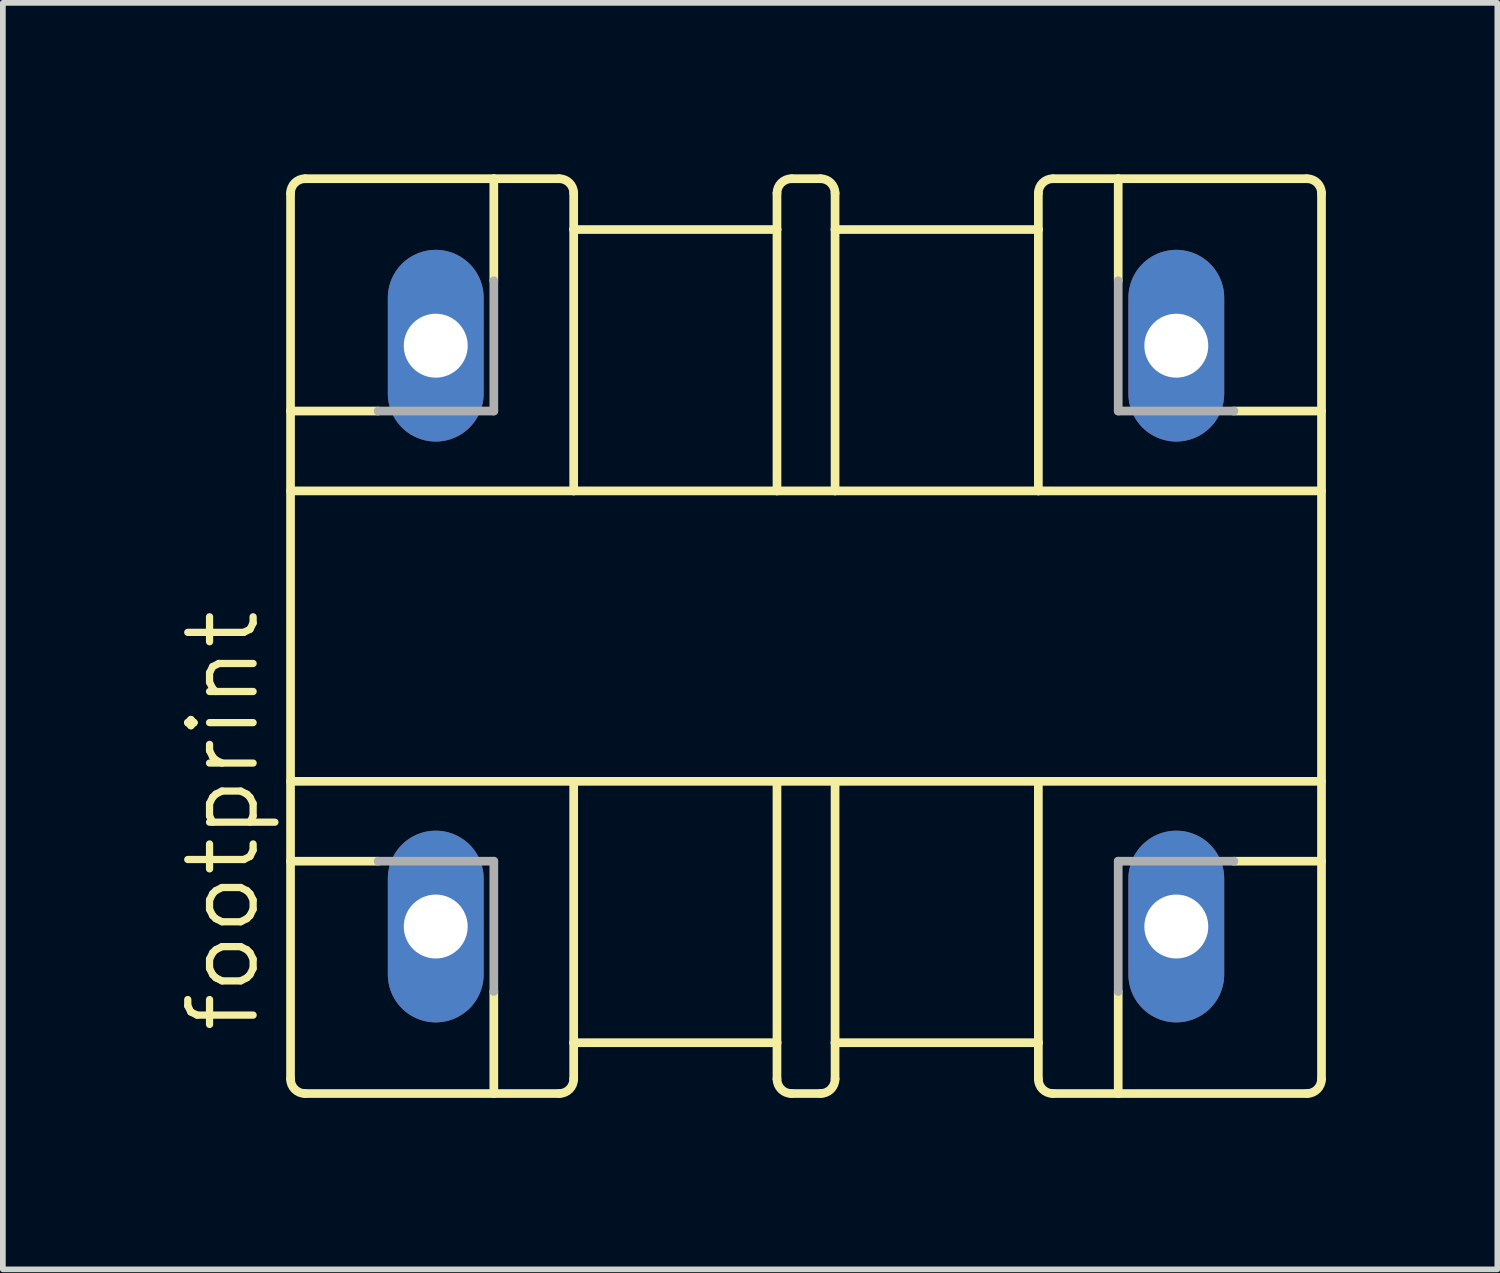
<source format=kicad_pcb>
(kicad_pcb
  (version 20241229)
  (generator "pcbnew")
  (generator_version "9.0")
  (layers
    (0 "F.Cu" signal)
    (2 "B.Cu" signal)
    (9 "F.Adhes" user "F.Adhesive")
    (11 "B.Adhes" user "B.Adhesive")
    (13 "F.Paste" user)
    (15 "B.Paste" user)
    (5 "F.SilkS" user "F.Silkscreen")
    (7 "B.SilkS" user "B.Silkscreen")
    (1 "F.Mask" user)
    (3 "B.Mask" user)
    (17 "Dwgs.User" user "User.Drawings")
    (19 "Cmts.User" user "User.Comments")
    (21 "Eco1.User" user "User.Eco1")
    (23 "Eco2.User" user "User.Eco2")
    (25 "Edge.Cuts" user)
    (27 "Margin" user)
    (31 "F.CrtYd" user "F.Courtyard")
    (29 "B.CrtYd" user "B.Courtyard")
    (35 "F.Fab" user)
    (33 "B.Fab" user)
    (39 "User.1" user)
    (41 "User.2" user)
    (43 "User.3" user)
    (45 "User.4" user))
  (footprint "footprint"
    (layer "F.Cu")
    (at 11.049 8.077)
    (property "Reference" "footprint" (at -9.525 6.985 90) (layer "F.SilkS") (effects (font (size 1.143 1.143) (thickness 0.127)) (justify left bottom)))
    (fp_line (start -9.017 -3.937) (end -9.017 -7.747) (stroke (width 0.152) (type solid)) (layer "F.SilkS"))
    (fp_line (start -9.017 -3.937) (end -7.485 -3.937) (stroke (width 0.152) (type solid)) (layer "F.SilkS"))
    (fp_line (start -9.017 -2.54) (end -4.064 -2.54) (stroke (width 0.152) (type solid)) (layer "F.SilkS"))
    (fp_line (start -9.017 2.54) (end -4.064 2.54) (stroke (width 0.152) (type solid)) (layer "F.SilkS"))
    (fp_line (start -9.017 3.937) (end -9.017 -3.937) (stroke (width 0.152) (type solid)) (layer "F.SilkS"))
    (fp_line (start -9.017 3.937) (end -7.485 3.937) (stroke (width 0.152) (type solid)) (layer "F.SilkS"))
    (fp_line (start -9.017 7.747) (end -9.017 3.937) (stroke (width 0.152) (type solid)) (layer "F.SilkS"))
    (fp_line (start -8.763 -8.001) (end -5.461 -8.001) (stroke (width 0.152) (type solid)) (layer "F.SilkS"))
    (fp_line (start -8.763 8.001) (end -5.461 8.001) (stroke (width 0.152) (type solid)) (layer "F.SilkS"))
    (fp_line (start -5.461 -8.001) (end -4.318 -8.001) (stroke (width 0.152) (type solid)) (layer "F.SilkS"))
    (fp_line (start -5.461 -6.216) (end -5.461 -8.001) (stroke (width 0.152) (type solid)) (layer "F.SilkS"))
    (fp_line (start -5.461 6.216) (end -5.461 8.001) (stroke (width 0.152) (type solid)) (layer "F.SilkS"))
    (fp_line (start -5.461 8.001) (end -4.318 8.001) (stroke (width 0.152) (type solid)) (layer "F.SilkS"))
    (fp_line (start -4.064 -7.112) (end -4.064 -7.747) (stroke (width 0.152) (type solid)) (layer "F.SilkS"))
    (fp_line (start -4.064 -7.112) (end -0.508 -7.112) (stroke (width 0.152) (type solid)) (layer "F.SilkS"))
    (fp_line (start -4.064 -2.54) (end -4.064 -7.112) (stroke (width 0.152) (type solid)) (layer "F.SilkS"))
    (fp_line (start -4.064 -2.54) (end -0.508 -2.54) (stroke (width 0.152) (type solid)) (layer "F.SilkS"))
    (fp_line (start -4.064 2.54) (end -4.064 7.112) (stroke (width 0.152) (type solid)) (layer "F.SilkS"))
    (fp_line (start -4.064 2.54) (end -0.508 2.54) (stroke (width 0.152) (type solid)) (layer "F.SilkS"))
    (fp_line (start -4.064 7.112) (end -4.064 7.747) (stroke (width 0.152) (type solid)) (layer "F.SilkS"))
    (fp_line (start -4.064 7.112) (end -0.508 7.112) (stroke (width 0.152) (type solid)) (layer "F.SilkS"))
    (fp_line (start -0.508 -7.112) (end -0.508 -7.747) (stroke (width 0.152) (type solid)) (layer "F.SilkS"))
    (fp_line (start -0.508 -2.54) (end -0.508 -7.112) (stroke (width 0.152) (type solid)) (layer "F.SilkS"))
    (fp_line (start -0.508 -2.54) (end 0.508 -2.54) (stroke (width 0.152) (type solid)) (layer "F.SilkS"))
    (fp_line (start -0.508 2.54) (end -0.508 7.112) (stroke (width 0.152) (type solid)) (layer "F.SilkS"))
    (fp_line (start -0.508 2.54) (end 0.508 2.54) (stroke (width 0.152) (type solid)) (layer "F.SilkS"))
    (fp_line (start -0.508 7.112) (end -0.508 7.747) (stroke (width 0.152) (type solid)) (layer "F.SilkS"))
    (fp_line (start -0.254 -8.001) (end 0.254 -8.001) (stroke (width 0.152) (type solid)) (layer "F.SilkS"))
    (fp_line (start -0.254 8.001) (end 0.254 8.001) (stroke (width 0.152) (type solid)) (layer "F.SilkS"))
    (fp_line (start 0.508 -7.112) (end 0.508 -7.747) (stroke (width 0.152) (type solid)) (layer "F.SilkS"))
    (fp_line (start 0.508 -2.54) (end 0.508 -7.112) (stroke (width 0.152) (type solid)) (layer "F.SilkS"))
    (fp_line (start 0.508 -2.54) (end 4.064 -2.54) (stroke (width 0.152) (type solid)) (layer "F.SilkS"))
    (fp_line (start 0.508 2.54) (end 0.508 7.112) (stroke (width 0.152) (type solid)) (layer "F.SilkS"))
    (fp_line (start 0.508 2.54) (end 4.064 2.54) (stroke (width 0.152) (type solid)) (layer "F.SilkS"))
    (fp_line (start 0.508 7.112) (end 0.508 7.747) (stroke (width 0.152) (type solid)) (layer "F.SilkS"))
    (fp_line (start 4.064 -7.112) (end 0.508 -7.112) (stroke (width 0.152) (type solid)) (layer "F.SilkS"))
    (fp_line (start 4.064 -7.112) (end 4.064 -7.747) (stroke (width 0.152) (type solid)) (layer "F.SilkS"))
    (fp_line (start 4.064 -2.54) (end 4.064 -7.112) (stroke (width 0.152) (type solid)) (layer "F.SilkS"))
    (fp_line (start 4.064 -2.54) (end 9.017 -2.54) (stroke (width 0.152) (type solid)) (layer "F.SilkS"))
    (fp_line (start 4.064 2.54) (end 4.064 7.112) (stroke (width 0.152) (type solid)) (layer "F.SilkS"))
    (fp_line (start 4.064 2.54) (end 9.017 2.54) (stroke (width 0.152) (type solid)) (layer "F.SilkS"))
    (fp_line (start 4.064 7.112) (end 0.508 7.112) (stroke (width 0.152) (type solid)) (layer "F.SilkS"))
    (fp_line (start 4.064 7.112) (end 4.064 7.747) (stroke (width 0.152) (type solid)) (layer "F.SilkS"))
    (fp_line (start 5.461 -8.001) (end 4.318 -8.001) (stroke (width 0.152) (type solid)) (layer "F.SilkS"))
    (fp_line (start 5.461 -6.216) (end 5.461 -8.001) (stroke (width 0.152) (type solid)) (layer "F.SilkS"))
    (fp_line (start 5.461 6.216) (end 5.461 8.001) (stroke (width 0.152) (type solid)) (layer "F.SilkS"))
    (fp_line (start 5.461 8.001) (end 4.318 8.001) (stroke (width 0.152) (type solid)) (layer "F.SilkS"))
    (fp_line (start 8.763 -8.001) (end 5.461 -8.001) (stroke (width 0.152) (type solid)) (layer "F.SilkS"))
    (fp_line (start 8.763 8.001) (end 5.461 8.001) (stroke (width 0.152) (type solid)) (layer "F.SilkS"))
    (fp_line (start 9.017 -3.937) (end 7.485 -3.937) (stroke (width 0.152) (type solid)) (layer "F.SilkS"))
    (fp_line (start 9.017 -3.937) (end 9.017 -7.747) (stroke (width 0.152) (type solid)) (layer "F.SilkS"))
    (fp_line (start 9.017 3.937) (end 7.485 3.937) (stroke (width 0.152) (type solid)) (layer "F.SilkS"))
    (fp_line (start 9.017 3.937) (end 9.017 -3.937) (stroke (width 0.152) (type solid)) (layer "F.SilkS"))
    (fp_line (start 9.017 7.747) (end 9.017 3.937) (stroke (width 0.152) (type solid)) (layer "F.SilkS"))
    (fp_arc (start -9.017 -7.747) (mid -8.942605 -7.926605) (end -8.763 -8.001) (stroke (width 0.1524) (type solid)) (layer "F.SilkS"))
    (fp_arc (start -8.763 8.001) (mid -8.942605 7.926605) (end -9.017 7.747) (stroke (width 0.1524) (type solid)) (layer "F.SilkS"))
    (fp_arc (start -4.318 -8.001) (mid -4.138395 -7.926605) (end -4.064 -7.747) (stroke (width 0.1524) (type solid)) (layer "F.SilkS"))
    (fp_arc (start -4.064 7.747) (mid -4.138395 7.926605) (end -4.318 8.001) (stroke (width 0.1524) (type solid)) (layer "F.SilkS"))
    (fp_arc (start -0.508 -7.747) (mid -0.433605 -7.926606) (end -0.253999 -8.001001) (stroke (width 0.1524) (type solid)) (layer "F.SilkS"))
    (fp_arc (start -0.253999 8.001001) (mid -0.433605 7.926606) (end -0.508 7.747) (stroke (width 0.1524) (type solid)) (layer "F.SilkS"))
    (fp_arc (start 0.254 -8.001) (mid 0.433605 -7.926604) (end 0.507999 -7.746999) (stroke (width 0.1524) (type solid)) (layer "F.SilkS"))
    (fp_arc (start 0.507999 7.746999) (mid 0.433605 7.926604) (end 0.254 8.001) (stroke (width 0.1524) (type solid)) (layer "F.SilkS"))
    (fp_arc (start 4.064 -7.747) (mid 4.138395 -7.926605) (end 4.318 -8.001) (stroke (width 0.1524) (type solid)) (layer "F.SilkS"))
    (fp_arc (start 4.318 8.001) (mid 4.138395 7.926605) (end 4.064 7.747) (stroke (width 0.1524) (type solid)) (layer "F.SilkS"))
    (fp_arc (start 8.763 -8.001) (mid 8.942605 -7.926605) (end 9.017 -7.747) (stroke (width 0.1524) (type solid)) (layer "F.SilkS"))
    (fp_arc (start 9.017 7.747) (mid 8.942605 7.926605) (end 8.763 8.001) (stroke (width 0.1524) (type solid)) (layer "F.SilkS"))
    (fp_line (start -7.485 -3.937) (end -5.461 -3.937) (stroke (width 0.152) (type solid)) (layer "F.Fab"))
    (fp_line (start -7.485 3.937) (end -5.461 3.937) (stroke (width 0.152) (type solid)) (layer "F.Fab"))
    (fp_line (start -5.461 -3.937) (end -5.461 -6.216) (stroke (width 0.152) (type solid)) (layer "F.Fab"))
    (fp_line (start -5.461 3.937) (end -5.461 6.216) (stroke (width 0.152) (type solid)) (layer "F.Fab"))
    (fp_line (start 5.461 -3.937) (end 5.461 -6.216) (stroke (width 0.152) (type solid)) (layer "F.Fab"))
    (fp_line (start 5.461 3.937) (end 5.461 6.216) (stroke (width 0.152) (type solid)) (layer "F.Fab"))
    (fp_line (start 7.485 -3.937) (end 5.461 -3.937) (stroke (width 0.152) (type solid)) (layer "F.Fab"))
    (fp_line (start 7.485 3.937) (end 5.461 3.937) (stroke (width 0.152) (type solid)) (layer "F.Fab"))
    (pad "1" thru_hole oval (at 6.477 5.08 90) (size 3.353 1.676) (drill 1.118) (layers "*.Cu" "*.Mask"))
    (pad "2" thru_hole oval (at 6.477 -5.08 90) (size 3.353 1.676) (drill 1.118) (layers "*.Cu" "*.Mask"))
    (pad "3" thru_hole oval (at -6.477 -5.08 90) (size 3.353 1.676) (drill 1.118) (layers "*.Cu" "*.Mask"))
    (pad "4" thru_hole oval (at -6.477 5.08 90) (size 3.353 1.676) (drill 1.118) (layers "*.Cu" "*.Mask")))
  (gr_rect
    (start -3 -3)
    (end 23.142 19.154)
    (stroke (width 0.1) (type default))
    (fill no)
    (layer "Edge.Cuts")))
</source>
